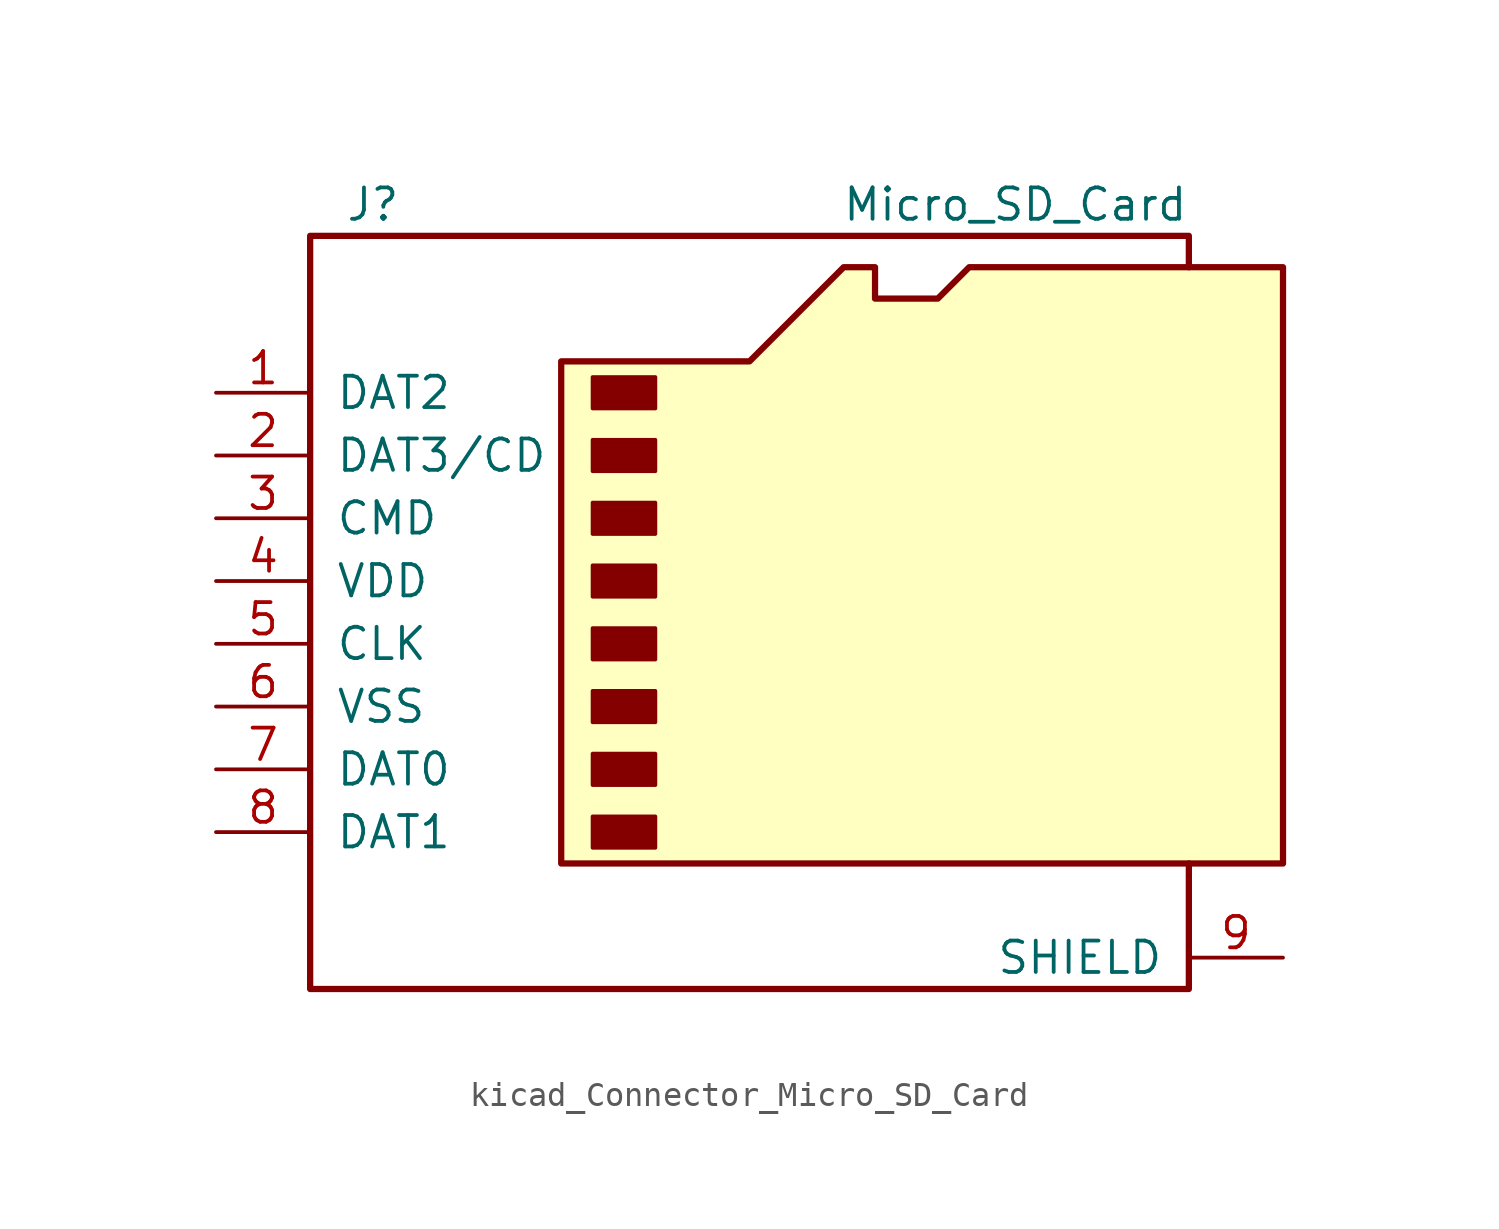
<source format=kicad_sym>
(kicad_symbol_lib
  (version 20220914)
  (generator kicad_symbol_editor)
  (symbol "kicad_Connector_Micro_SD_Card"
    (pin_names
      (offset 1.016))
    (property "Reference" "J"
      (at -16.51 15.24 0)
      (effects (font (size 1.27 1.27))))
    (property "Value" "Micro_SD_Card"
      (at 16.51 15.24 0)
      (effects (font (size 1.27 1.27)) (justify right)))
    (symbol "kicad_Connector_Micro_SD_Card_0_1"
      (rectangle (start -7.62 -9.525) (end -5.08 -10.795) (stroke (width 0) (type default)) (fill (type outline)))
      (rectangle (start -7.62 -6.985) (end -5.08 -8.255) (stroke (width 0) (type default)) (fill (type outline)))
      (rectangle (start -7.62 -4.445) (end -5.08 -5.715) (stroke (width 0) (type default)) (fill (type outline)))
      (rectangle (start -7.62 -1.905) (end -5.08 -3.175) (stroke (width 0) (type default)) (fill (type outline)))
      (rectangle (start -7.62 0.635) (end -5.08 -0.635) (stroke (width 0) (type default)) (fill (type outline)))
      (rectangle (start -7.62 3.175) (end -5.08 1.905) (stroke (width 0) (type default)) (fill (type outline)))
      (rectangle (start -7.62 5.715) (end -5.08 4.445) (stroke (width 0) (type default)) (fill (type outline)))
      (rectangle (start -7.62 8.255) (end -5.08 6.985) (stroke (width 0) (type default)) (fill (type outline)))
      (polyline (pts (xy 16.51 12.7) (xy 16.51 13.97) (xy -19.05 13.97) (xy -19.05 -16.51) (xy 16.51 -16.51) (xy 16.51 -11.43)) (stroke (width 0.254) (type default)) (fill (type none)))
      (polyline (pts (xy -8.89 -11.43) (xy -8.89 8.89) (xy -1.27 8.89) (xy 2.54 12.7) (xy 3.81 12.7) (xy 3.81 11.43) (xy 6.35 11.43) (xy 7.62 12.7) (xy 20.32 12.7) (xy 20.32 -11.43) (xy -8.89 -11.43)) (stroke (width 0.254) (type default)) (fill (type background))))
    (symbol "kicad_Connector_Micro_SD_Card_1_1"
      (pin bidirectional line (at -22.86 7.62 0) (length 3.81) (name "DAT2" (effects (font (size 1.27 1.27)))) (number "1" (effects (font (size 1.27 1.27)))))
      (pin bidirectional line (at -22.86 5.08 0) (length 3.81) (name "DAT3/CD" (effects (font (size 1.27 1.27)))) (number "2" (effects (font (size 1.27 1.27)))))
      (pin input line (at -22.86 2.54 0) (length 3.81) (name "CMD" (effects (font (size 1.27 1.27)))) (number "3" (effects (font (size 1.27 1.27)))))
      (pin power_in line (at -22.86 0 0) (length 3.81) (name "VDD" (effects (font (size 1.27 1.27)))) (number "4" (effects (font (size 1.27 1.27)))))
      (pin input line (at -22.86 -2.54 0) (length 3.81) (name "CLK" (effects (font (size 1.27 1.27)))) (number "5" (effects (font (size 1.27 1.27)))))
      (pin power_in line (at -22.86 -5.08 0) (length 3.81) (name "VSS" (effects (font (size 1.27 1.27)))) (number "6" (effects (font (size 1.27 1.27)))))
      (pin bidirectional line (at -22.86 -7.62 0) (length 3.81) (name "DAT0" (effects (font (size 1.27 1.27)))) (number "7" (effects (font (size 1.27 1.27)))))
      (pin bidirectional line (at -22.86 -10.16 0) (length 3.81) (name "DAT1" (effects (font (size 1.27 1.27)))) (number "8" (effects (font (size 1.27 1.27)))))
      (pin passive line (at 20.32 -15.24 180) (length 3.81) (name "SHIELD" (effects (font (size 1.27 1.27)))) (number "9" (effects (font (size 1.27 1.27))))))))
</source>
